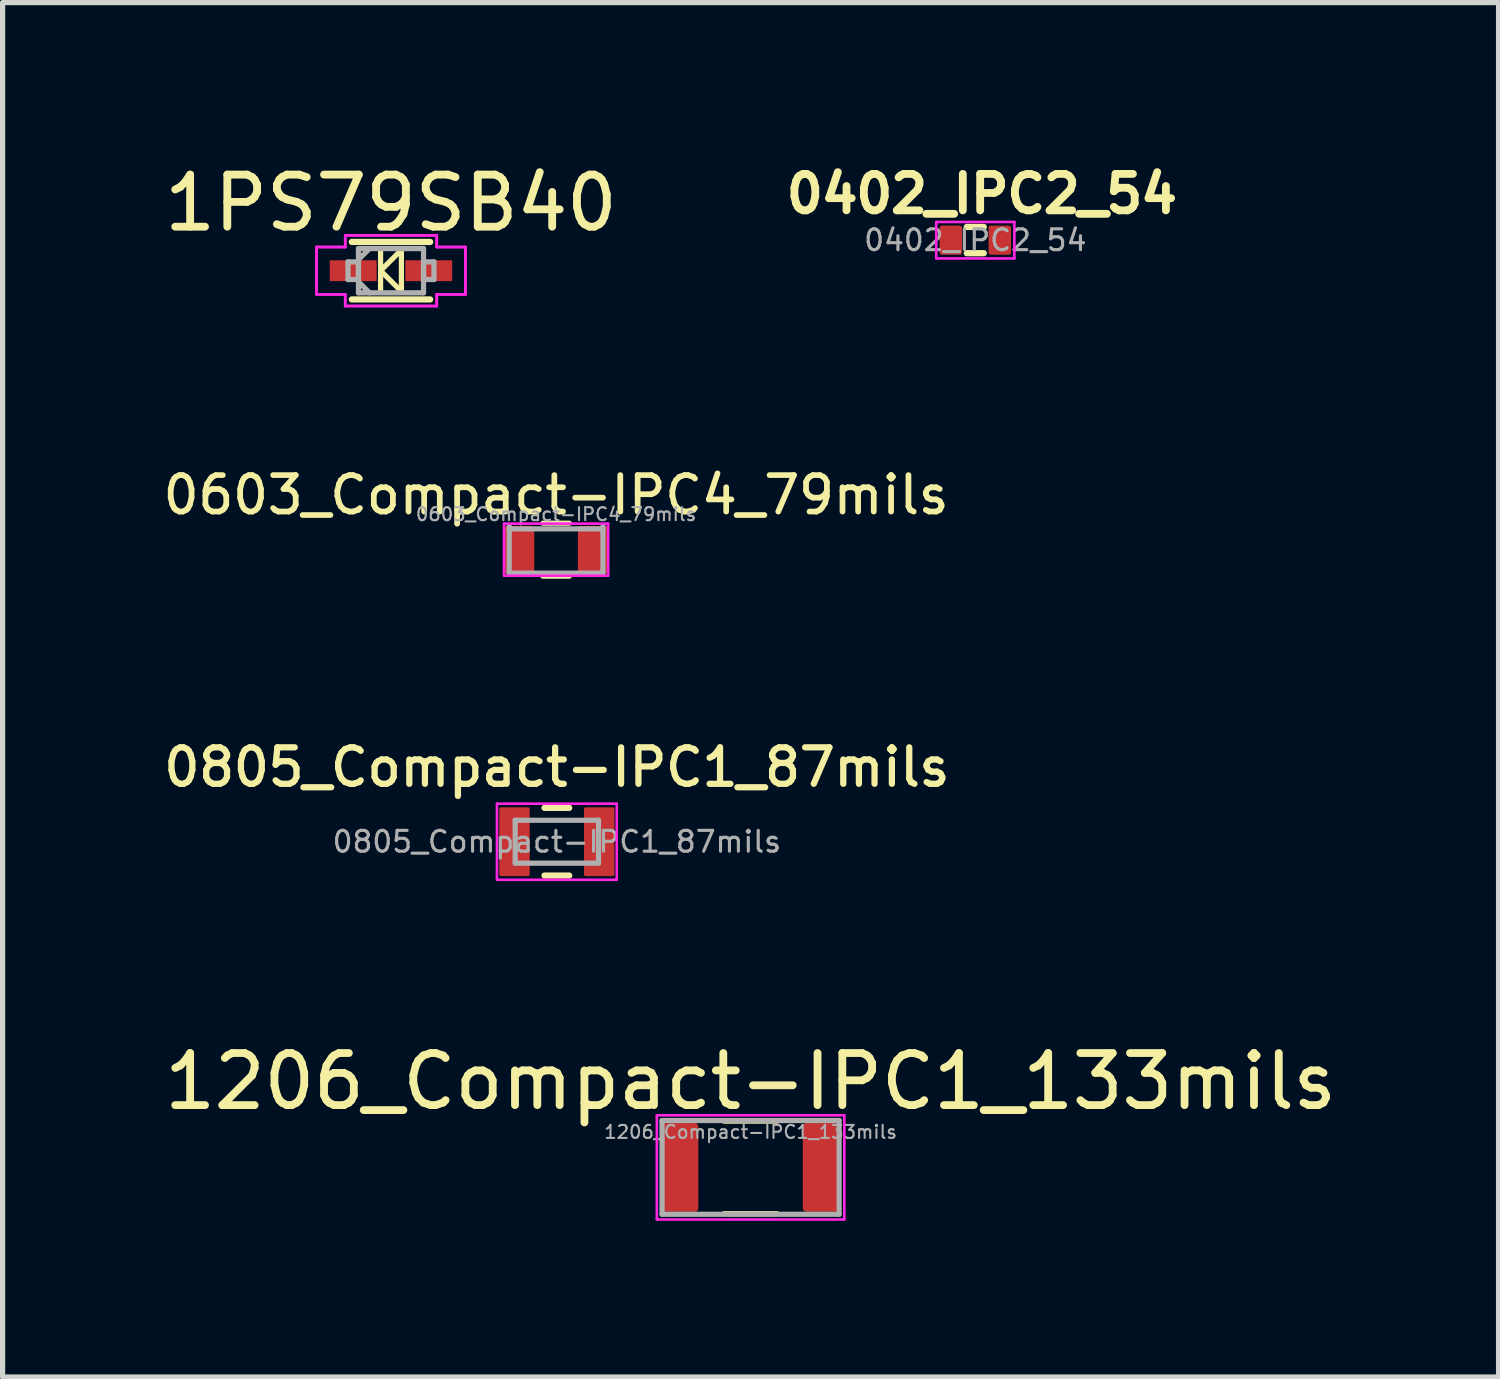
<source format=kicad_pcb>
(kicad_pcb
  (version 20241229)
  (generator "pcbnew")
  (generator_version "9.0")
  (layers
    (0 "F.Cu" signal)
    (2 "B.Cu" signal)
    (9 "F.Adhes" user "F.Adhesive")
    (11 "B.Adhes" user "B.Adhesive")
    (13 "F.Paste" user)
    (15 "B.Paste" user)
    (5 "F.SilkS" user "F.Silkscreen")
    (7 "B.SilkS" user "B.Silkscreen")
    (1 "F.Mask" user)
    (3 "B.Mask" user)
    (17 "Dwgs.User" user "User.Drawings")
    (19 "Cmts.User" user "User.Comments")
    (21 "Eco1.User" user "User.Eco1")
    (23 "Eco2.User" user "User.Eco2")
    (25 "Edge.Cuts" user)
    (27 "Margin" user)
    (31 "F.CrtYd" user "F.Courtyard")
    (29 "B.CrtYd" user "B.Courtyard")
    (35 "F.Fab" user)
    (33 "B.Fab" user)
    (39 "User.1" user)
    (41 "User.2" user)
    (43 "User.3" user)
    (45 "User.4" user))
  (footprint "0805_Compact-IPC1_87mils"
    (layer "F.Cu")
    (at 7.643 13.113)
    (property "Reference" "0805_Compact-IPC1_87mils" (at 0 -1.43 0) (layer "F.SilkS") (effects (font (size 0.7 0.7) (thickness 0.12) (bold yes))))
    (attr smd)
    (fp_line (start -0.237 -0.65) (end 0.237 -0.65) (stroke (width 0.12) (type solid)) (layer "F.SilkS"))
    (fp_line (start -0.237 0.65) (end 0.237 0.65) (stroke (width 0.12) (type solid)) (layer "F.SilkS"))
    (fp_line (start -1.15 -0.73) (end 1.15 -0.73) (stroke (width 0.05) (type solid)) (layer "F.CrtYd"))
    (fp_line (start -1.15 0.73) (end -1.15 -0.73) (stroke (width 0.05) (type solid)) (layer "F.CrtYd"))
    (fp_line (start 1.15 -0.73) (end 1.15 0.73) (stroke (width 0.05) (type solid)) (layer "F.CrtYd"))
    (fp_line (start 1.15 0.73) (end -1.15 0.73) (stroke (width 0.05) (type solid)) (layer "F.CrtYd"))
    (fp_line (start -0.8 -0.412) (end 0.8 -0.412) (stroke (width 0.1) (type solid)) (layer "F.Fab"))
    (fp_line (start -0.8 0.412) (end -0.8 -0.412) (stroke (width 0.1) (type solid)) (layer "F.Fab"))
    (fp_line (start 0.8 -0.412) (end 0.8 0.412) (stroke (width 0.1) (type solid)) (layer "F.Fab"))
    (fp_line (start 0.8 0.412) (end -0.8 0.412) (stroke (width 0.1) (type solid)) (layer "F.Fab"))
    (fp_text user "${REFERENCE}" (at 0 0 0) (layer "F.Fab") (effects (font (size 0.4 0.4) (thickness 0.06))))
    (pad "1" smd roundrect (at -0.813 0) (size 0.584 1.321) (layers "F.Cu" "F.Mask" "F.Paste") (roundrect_rratio 0.05))
    (pad "2" smd roundrect (at 0.813 0) (size 0.584 1.321) (layers "F.Cu" "F.Mask" "F.Paste") (roundrect_rratio 0.05)))
  (footprint "0603_Compact-IPC4_79mils"
    (layer "F.Cu")
    (at 7.628 7.505)
    (property "Reference" "0603_Compact-IPC4_79mils" (at 0 -1.05 0) (layer "F.SilkS") (effects (font (size 0.7 0.7) (thickness 0.11))))
    (attr smd)
    (fp_line (start -0.254 -0.508) (end 0.254 -0.508) (stroke (width 0.1) (type default)) (layer "F.SilkS"))
    (fp_line (start -0.254 0.508) (end 0.254 0.508) (stroke (width 0.1) (type default)) (layer "F.SilkS"))
    (fp_line (start -1 -0.5) (end 1 -0.5) (stroke (width 0.05) (type solid)) (layer "F.CrtYd"))
    (fp_line (start -1 0.5) (end -1 -0.5) (stroke (width 0.05) (type solid)) (layer "F.CrtYd"))
    (fp_line (start 1 -0.5) (end 1 0.5) (stroke (width 0.05) (type solid)) (layer "F.CrtYd"))
    (fp_line (start 1 0.5) (end -1 0.5) (stroke (width 0.05) (type solid)) (layer "F.CrtYd"))
    (fp_line (start -0.9 -0.4) (end 0.9 -0.4) (stroke (width 0.1) (type solid)) (layer "F.Fab"))
    (fp_line (start -0.9 0.45) (end -0.9 -0.45) (stroke (width 0.1) (type solid)) (layer "F.Fab"))
    (fp_line (start 0.9 -0.45) (end 0.9 0.45) (stroke (width 0.1) (type solid)) (layer "F.Fab"))
    (fp_line (start 0.9 0.45) (end -0.9 0.45) (stroke (width 0.1) (type solid)) (layer "F.Fab"))
    (fp_text user "${REFERENCE}" (at 0 -0.68 0) (layer "F.Fab") (effects (font (size 0.25 0.25) (thickness 0.04))))
    (pad "1" smd roundrect (at -0.711 0) (size 0.584 0.914) (layers "F.Cu" "F.Mask" "F.Paste") (roundrect_rratio 0.1))
    (pad "2" smd roundrect (at 0.711 0) (size 0.584 0.914) (layers "F.Cu" "F.Mask" "F.Paste") (roundrect_rratio 0.1)))
  (footprint "1PS79SB40"
    (layer "F.Cu")
    (at 4.458 2.148)
    (property "Reference" "1PS79SB40" (at 0 -1.3 0) (layer "F.SilkS") (effects (font (size 1 1) (thickness 0.15))))
    (attr through_hole)
    (fp_line (start -0.752 0.552) (end 0.752 0.552) (stroke (width 0.12) (type solid)) (layer "F.SilkS"))
    (fp_line (start -0.2 -0.4) (end -0.2 0.4) (stroke (width 0.1) (type default)) (layer "F.SilkS"))
    (fp_line (start -0.2 0) (end 0.2 -0.4) (stroke (width 0.1) (type default)) (layer "F.SilkS"))
    (fp_line (start 0.2 -0.4) (end 0.2 0.4) (stroke (width 0.1) (type default)) (layer "F.SilkS"))
    (fp_line (start 0.2 0.4) (end -0.2 0) (stroke (width 0.1) (type default)) (layer "F.SilkS"))
    (fp_line (start 0.752 -0.552) (end -0.752 -0.552) (stroke (width 0.12) (type solid)) (layer "F.SilkS"))
    (fp_line (start -1.429 -0.454) (end -0.879 -0.454) (stroke (width 0.05) (type solid)) (layer "F.CrtYd"))
    (fp_line (start -1.429 -0.454) (end -0.879 -0.454) (stroke (width 0.05) (type solid)) (layer "F.CrtYd"))
    (fp_line (start -1.429 0.454) (end -1.429 -0.454) (stroke (width 0.05) (type solid)) (layer "F.CrtYd"))
    (fp_line (start -1.429 0.454) (end -1.429 -0.454) (stroke (width 0.05) (type solid)) (layer "F.CrtYd"))
    (fp_line (start -0.879 -0.679) (end 0.879 -0.679) (stroke (width 0.05) (type solid)) (layer "F.CrtYd"))
    (fp_line (start -0.879 -0.679) (end 0.879 -0.679) (stroke (width 0.05) (type solid)) (layer "F.CrtYd"))
    (fp_line (start -0.879 -0.454) (end -0.879 -0.679) (stroke (width 0.05) (type solid)) (layer "F.CrtYd"))
    (fp_line (start -0.879 -0.454) (end -0.879 -0.679) (stroke (width 0.05) (type solid)) (layer "F.CrtYd"))
    (fp_line (start -0.879 0.454) (end -1.429 0.454) (stroke (width 0.05) (type solid)) (layer "F.CrtYd"))
    (fp_line (start -0.879 0.454) (end -1.429 0.454) (stroke (width 0.05) (type solid)) (layer "F.CrtYd"))
    (fp_line (start -0.879 0.679) (end -0.879 0.454) (stroke (width 0.05) (type solid)) (layer "F.CrtYd"))
    (fp_line (start -0.879 0.679) (end -0.879 0.454) (stroke (width 0.05) (type solid)) (layer "F.CrtYd"))
    (fp_line (start 0.879 -0.679) (end 0.879 -0.454) (stroke (width 0.05) (type solid)) (layer "F.CrtYd"))
    (fp_line (start 0.879 -0.679) (end 0.879 -0.454) (stroke (width 0.05) (type solid)) (layer "F.CrtYd"))
    (fp_line (start 0.879 -0.454) (end 1.429 -0.454) (stroke (width 0.05) (type solid)) (layer "F.CrtYd"))
    (fp_line (start 0.879 -0.454) (end 1.429 -0.454) (stroke (width 0.05) (type solid)) (layer "F.CrtYd"))
    (fp_line (start 0.879 0.454) (end 0.879 0.679) (stroke (width 0.05) (type solid)) (layer "F.CrtYd"))
    (fp_line (start 0.879 0.454) (end 0.879 0.679) (stroke (width 0.05) (type solid)) (layer "F.CrtYd"))
    (fp_line (start 0.879 0.679) (end -0.879 0.679) (stroke (width 0.05) (type solid)) (layer "F.CrtYd"))
    (fp_line (start 0.879 0.679) (end -0.879 0.679) (stroke (width 0.05) (type solid)) (layer "F.CrtYd"))
    (fp_line (start 1.429 -0.454) (end 1.429 0.454) (stroke (width 0.05) (type solid)) (layer "F.CrtYd"))
    (fp_line (start 1.429 -0.454) (end 1.429 0.454) (stroke (width 0.05) (type solid)) (layer "F.CrtYd"))
    (fp_line (start 1.429 0.454) (end 0.879 0.454) (stroke (width 0.05) (type solid)) (layer "F.CrtYd"))
    (fp_line (start 1.429 0.454) (end 0.879 0.454) (stroke (width 0.05) (type solid)) (layer "F.CrtYd"))
    (fp_line (start -0.825 -0.17) (end -0.825 0.17) (stroke (width 0.1) (type solid)) (layer "F.Fab"))
    (fp_line (start -0.825 0.17) (end -0.625 0.17) (stroke (width 0.1) (type solid)) (layer "F.Fab"))
    (fp_line (start -0.625 -0.425) (end -0.625 0.425) (stroke (width 0.1) (type solid)) (layer "F.Fab"))
    (fp_line (start -0.625 -0.212) (end -0.412 -0.425) (stroke (width 0.1) (type solid)) (layer "F.Fab"))
    (fp_line (start -0.625 -0.17) (end -0.825 -0.17) (stroke (width 0.1) (type solid)) (layer "F.Fab"))
    (fp_line (start -0.625 0.17) (end -0.625 -0.17) (stroke (width 0.1) (type solid)) (layer "F.Fab"))
    (fp_line (start -0.625 0.212) (end -0.412 0.425) (stroke (width 0.1) (type solid)) (layer "F.Fab"))
    (fp_line (start -0.625 0.425) (end 0.625 0.425) (stroke (width 0.1) (type solid)) (layer "F.Fab"))
    (fp_line (start 0.625 -0.425) (end -0.625 -0.425) (stroke (width 0.1) (type solid)) (layer "F.Fab"))
    (fp_line (start 0.625 -0.17) (end 0.625 0.17) (stroke (width 0.1) (type solid)) (layer "F.Fab"))
    (fp_line (start 0.625 0.17) (end 0.825 0.17) (stroke (width 0.1) (type solid)) (layer "F.Fab"))
    (fp_line (start 0.625 0.425) (end 0.625 -0.425) (stroke (width 0.1) (type solid)) (layer "F.Fab"))
    (fp_line (start 0.825 -0.17) (end 0.625 -0.17) (stroke (width 0.1) (type solid)) (layer "F.Fab"))
    (fp_line (start 0.825 0.17) (end 0.825 -0.17) (stroke (width 0.1) (type solid)) (layer "F.Fab"))
    (pad "1" smd rect (at -0.725 0) (size 0.9 0.4) (layers "F.Cu" "F.Mask" "F.Paste"))
    (pad "2" smd rect (at 0.725 0) (size 0.9 0.4) (layers "F.Cu" "F.Mask" "F.Paste")))
  (footprint "0402_IPC2_54"
    (layer "F.Cu")
    (at 15.678 1.562)
    (property "Reference" "0402_IPC2_54" (at 0.127 -0.889 180) (layer "F.SilkS") (effects (font (size 0.7 0.7) (thickness 0.15))))
    (attr smd)
    (fp_line (start -0.163 -0.254) (end 0.163 -0.254) (stroke (width 0.12) (type solid)) (layer "F.SilkS"))
    (fp_line (start -0.163 0.25) (end 0.163 0.25) (stroke (width 0.12) (type solid)) (layer "F.SilkS"))
    (fp_line (start -0.75 -0.35) (end 0.75 -0.35) (stroke (width 0.05) (type solid)) (layer "F.CrtYd"))
    (fp_line (start -0.75 0.35) (end -0.75 -0.35) (stroke (width 0.05) (type solid)) (layer "F.CrtYd"))
    (fp_line (start 0.75 -0.35) (end 0.75 0.35) (stroke (width 0.05) (type solid)) (layer "F.CrtYd"))
    (fp_line (start 0.75 0.35) (end -0.75 0.35) (stroke (width 0.05) (type solid)) (layer "F.CrtYd"))
    (fp_text user "${REFERENCE}" (at 0 0 180) (layer "F.Fab") (effects (font (size 0.4 0.4) (thickness 0.06))))
    (pad "1" smd roundrect (at -0.47 0) (size 0.431 0.559) (layers "F.Cu" "F.Mask" "F.Paste") (roundrect_rratio 0.1))
    (pad "2" smd roundrect (at 0.47 0) (size 0.431 0.559) (layers "F.Cu" "F.Mask" "F.Paste") (roundrect_rratio 0.1)))
  (footprint "1206_Compact-IPC1_133mils"
    (layer "F.Cu")
    (at 11.363 19.367)
    (property "Reference" "1206_Compact-IPC1_133mils" (at 0 -1.651 180) (layer "F.SilkS") (effects (font (size 1 1) (thickness 0.15))))
    (attr smd)
    (fp_line (start -0.508 -0.889) (end 0.508 -0.889) (stroke (width 0.1) (type default)) (layer "F.SilkS"))
    (fp_line (start -0.508 0.889) (end 0.508 0.889) (stroke (width 0.1) (type default)) (layer "F.SilkS"))
    (fp_line (start -1.8 -1) (end 1.8 -1) (stroke (width 0.05) (type solid)) (layer "F.CrtYd"))
    (fp_line (start -1.8 1) (end -1.8 -1) (stroke (width 0.05) (type solid)) (layer "F.CrtYd"))
    (fp_line (start 1.8 -1) (end 1.8 1) (stroke (width 0.05) (type solid)) (layer "F.CrtYd"))
    (fp_line (start 1.8 1) (end -1.8 1) (stroke (width 0.05) (type solid)) (layer "F.CrtYd"))
    (fp_line (start -1.7 -0.9) (end 1.7 -0.9) (stroke (width 0.1) (type solid)) (layer "F.Fab"))
    (fp_line (start -1.7 0.9) (end -1.7 -0.9) (stroke (width 0.1) (type solid)) (layer "F.Fab"))
    (fp_line (start 1.7 -0.9) (end 1.7 0.9) (stroke (width 0.1) (type solid)) (layer "F.Fab"))
    (fp_line (start 1.7 0.9) (end -1.7 0.9) (stroke (width 0.1) (type solid)) (layer "F.Fab"))
    (fp_text user "${REFERENCE}" (at 0 -0.68 180) (layer "F.Fab") (effects (font (size 0.25 0.25) (thickness 0.04))))
    (pad "1" smd roundrect (at -1.346 0) (size 0.686 1.702) (layers "F.Cu" "F.Mask" "F.Paste") (roundrect_rratio 0.1))
    (pad "2" smd roundrect (at 1.346 0) (size 0.686 1.702) (layers "F.Cu" "F.Mask" "F.Paste") (roundrect_rratio 0.1)))
  (gr_rect
    (start -3 -3)
    (end 25.726 23.392)
    (stroke (width 0.1) (type default))
    (fill no)
    (layer "Edge.Cuts")))
</source>
